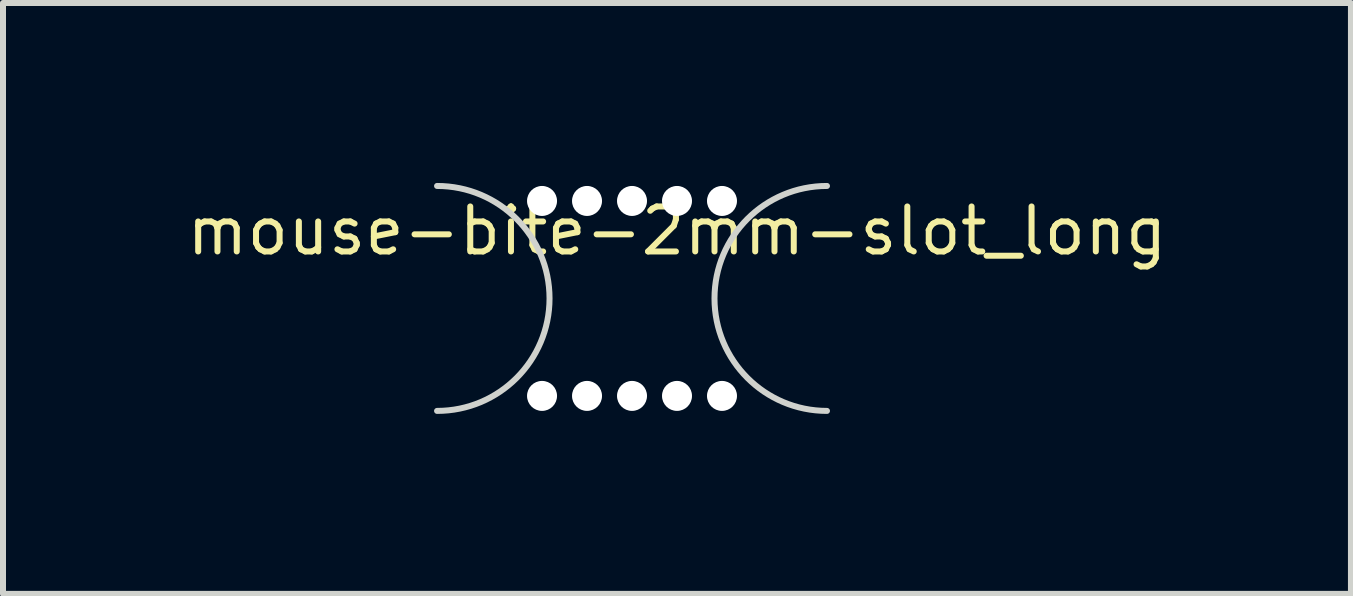
<source format=kicad_pcb>
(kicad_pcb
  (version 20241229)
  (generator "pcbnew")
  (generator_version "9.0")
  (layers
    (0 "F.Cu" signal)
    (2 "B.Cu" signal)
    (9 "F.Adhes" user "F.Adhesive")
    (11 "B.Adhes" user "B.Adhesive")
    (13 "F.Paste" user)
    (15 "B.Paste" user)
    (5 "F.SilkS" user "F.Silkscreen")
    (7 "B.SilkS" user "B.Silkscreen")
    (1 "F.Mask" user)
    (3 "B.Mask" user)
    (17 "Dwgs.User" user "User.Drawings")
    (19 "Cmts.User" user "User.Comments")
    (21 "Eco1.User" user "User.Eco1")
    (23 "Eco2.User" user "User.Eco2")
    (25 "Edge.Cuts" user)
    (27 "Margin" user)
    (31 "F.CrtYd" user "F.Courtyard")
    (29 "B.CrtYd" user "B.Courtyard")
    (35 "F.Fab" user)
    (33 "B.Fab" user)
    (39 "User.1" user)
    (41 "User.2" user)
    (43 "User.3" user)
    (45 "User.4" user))
  (footprint "mouse-bite-2mm-slot_long"
    (layer "F.Cu")
    (at 8.236 2.8)
    (property "Reference" "mouse-bite-2mm-slot_long" (at 0 -2 0) (layer "F.SilkS") (effects (font (size 0.75 0.75) (thickness 0.1))))
    (attr through_hole)
    (fp_arc (start -4 -2.75) (mid -2.125 -0.875) (end -4 1) (stroke (width 0.1) (type solid)) (layer "Edge.Cuts"))
    (fp_arc (start 2.5 1) (mid 0.625 -0.875) (end 2.5 -2.75) (stroke (width 0.1) (type solid)) (layer "Edge.Cuts"))
    (pad "" np_thru_hole circle (at -2.25 -2.5) (size 0.5 0.5) (drill 0.5) (layers "*.Cu" "*.Mask"))
    (pad "" np_thru_hole circle (at -2.25 0.75) (size 0.5 0.5) (drill 0.5) (layers "*.Cu" "*.Mask"))
    (pad "" np_thru_hole circle (at -1.5 -2.5) (size 0.5 0.5) (drill 0.5) (layers "*.Cu" "*.Mask"))
    (pad "" np_thru_hole circle (at -1.5 0.75) (size 0.5 0.5) (drill 0.5) (layers "*.Cu" "*.Mask"))
    (pad "" np_thru_hole circle (at -0.75 -2.5) (size 0.5 0.5) (drill 0.5) (layers "*.Cu" "*.Mask"))
    (pad "" np_thru_hole circle (at -0.75 0.75) (size 0.5 0.5) (drill 0.5) (layers "*.Cu" "*.Mask"))
    (pad "" np_thru_hole circle (at 0 -2.5) (size 0.5 0.5) (drill 0.5) (layers "*.Cu" "*.Mask"))
    (pad "" np_thru_hole circle (at 0 0.75) (size 0.5 0.5) (drill 0.5) (layers "*.Cu" "*.Mask"))
    (pad "" np_thru_hole circle (at 0.75 -2.5) (size 0.5 0.5) (drill 0.5) (layers "*.Cu" "*.Mask"))
    (pad "" np_thru_hole circle (at 0.75 0.75) (size 0.5 0.5) (drill 0.5) (layers "*.Cu" "*.Mask")))
  (gr_rect
    (start -3 -3)
    (end 19.471 6.85)
    (stroke (width 0.1) (type default))
    (fill no)
    (layer "Edge.Cuts")))
</source>
